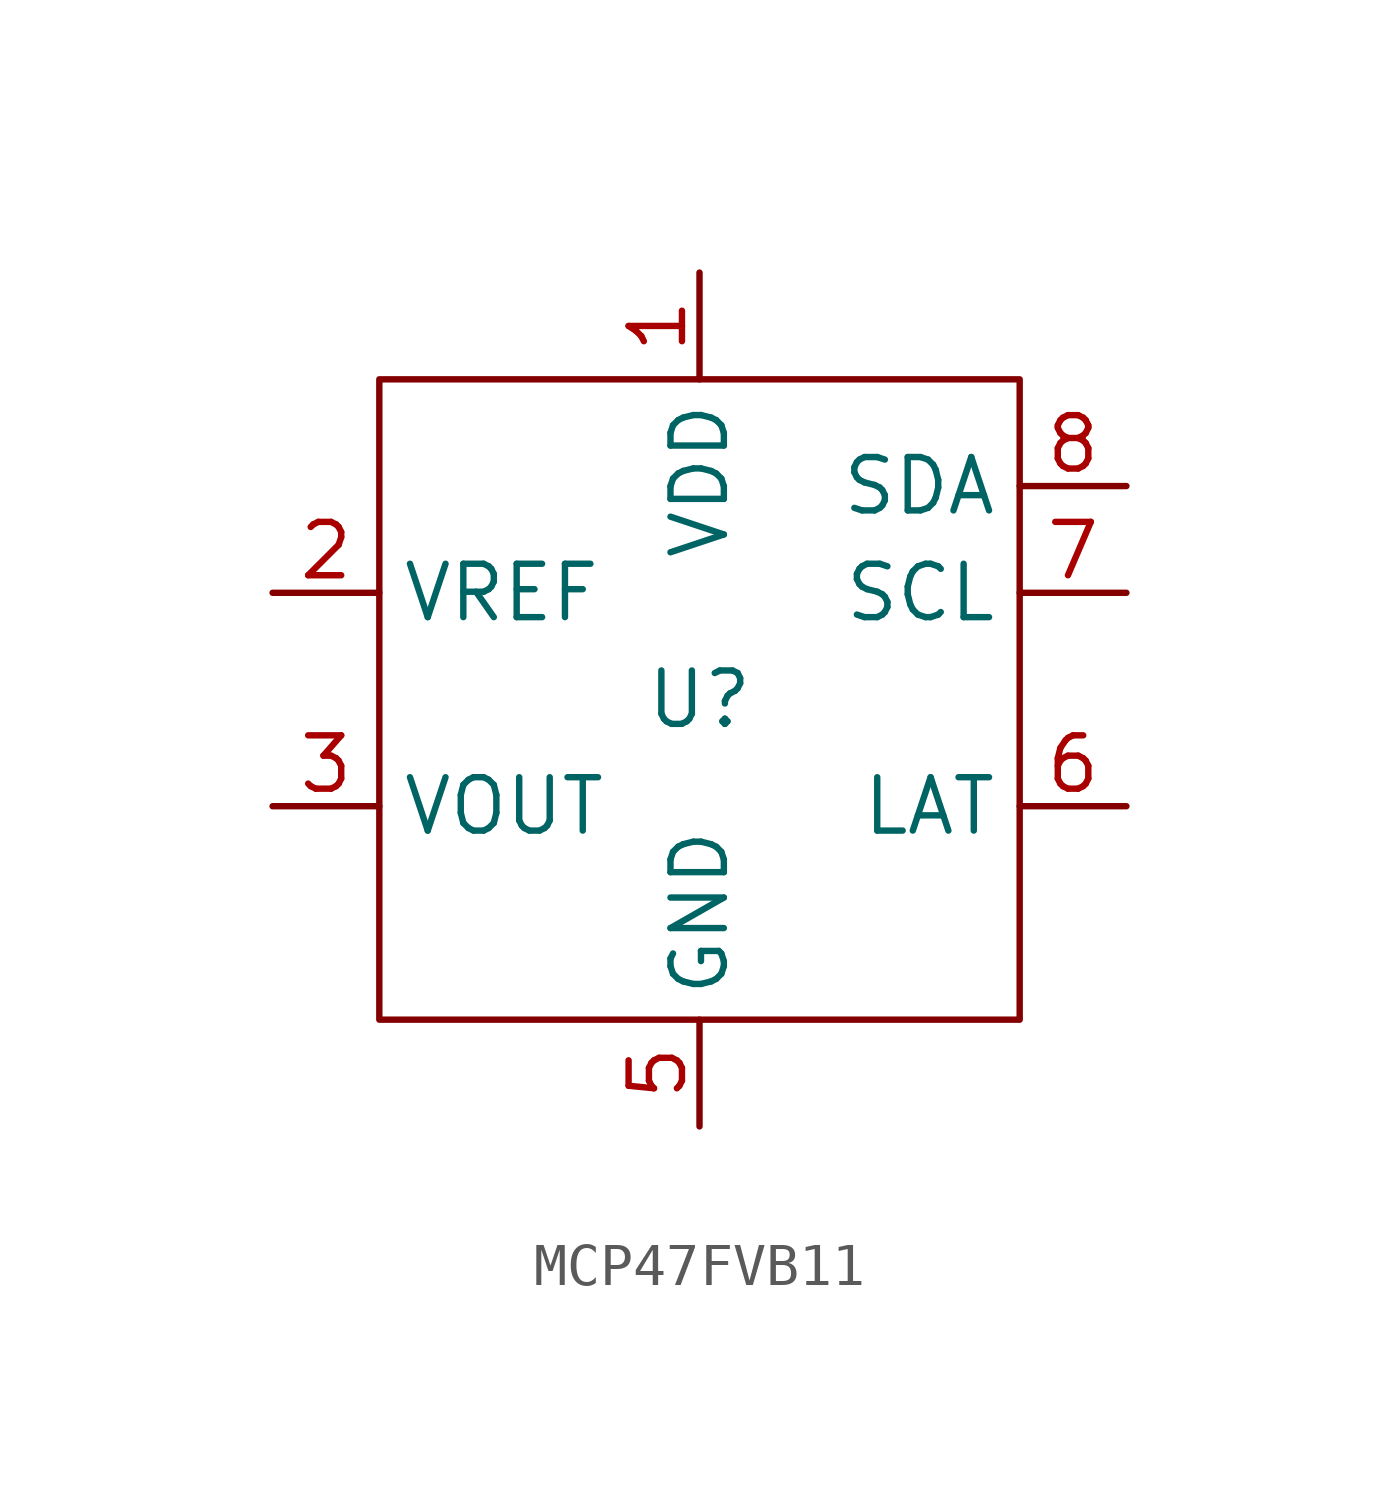
<source format=kicad_sym>
(kicad_symbol_lib
  (version 20241209)
  (generator "kicad_symbol_editor")
  (generator_version "9.0")
  (symbol "MCP47FVB11"
    (property "Reference" "U"
      (at 0 0 0)
      (effects (font (size 1.27 1.27))))
    (property "Value" ""
      (at 0 0 0)
      (effects (font (size 1.27 1.27))))
    (symbol "MCP47FVB11_0_1"
      (rectangle (start -7.62 7.62) (end 7.62 -7.62) (stroke (width 0) (type default)) (fill (type none))))
    (symbol "MCP47FVB11_1_1"
      (pin input line (at -10.16 2.54 0) (length 2.54) (name "VREF" (effects (font (size 1.27 1.27)))) (number "2" (effects (font (size 1.27 1.27)))))
      (pin output line (at -10.16 -2.54 0) (length 2.54) (name "VOUT" (effects (font (size 1.27 1.27)))) (number "3" (effects (font (size 1.27 1.27)))))
      (pin no_connect line (at -10.16 -6.35 0) (length 2.54) (hide yes) (name "" (effects (font (size 1.27 1.27)))) (number "4" (effects (font (size 1.27 1.27)))))
      (pin power_in line (at 0 10.16 270) (length 2.54) (name "VDD" (effects (font (size 1.27 1.27)))) (number "1" (effects (font (size 1.27 1.27)))))
      (pin power_in line (at 0 -10.16 90) (length 2.54) (name "GND" (effects (font (size 1.27 1.27)))) (number "5" (effects (font (size 1.27 1.27)))))
      (pin bidirectional line (at 10.16 5.08 180) (length 2.54) (name "SDA" (effects (font (size 1.27 1.27)))) (number "8" (effects (font (size 1.27 1.27)))))
      (pin bidirectional line (at 10.16 2.54 180) (length 2.54) (name "SCL" (effects (font (size 1.27 1.27)))) (number "7" (effects (font (size 1.27 1.27)))))
      (pin input line (at 10.16 -2.54 180) (length 2.54) (name "LAT" (effects (font (size 1.27 1.27)))) (number "6" (effects (font (size 1.27 1.27))))))))
</source>
